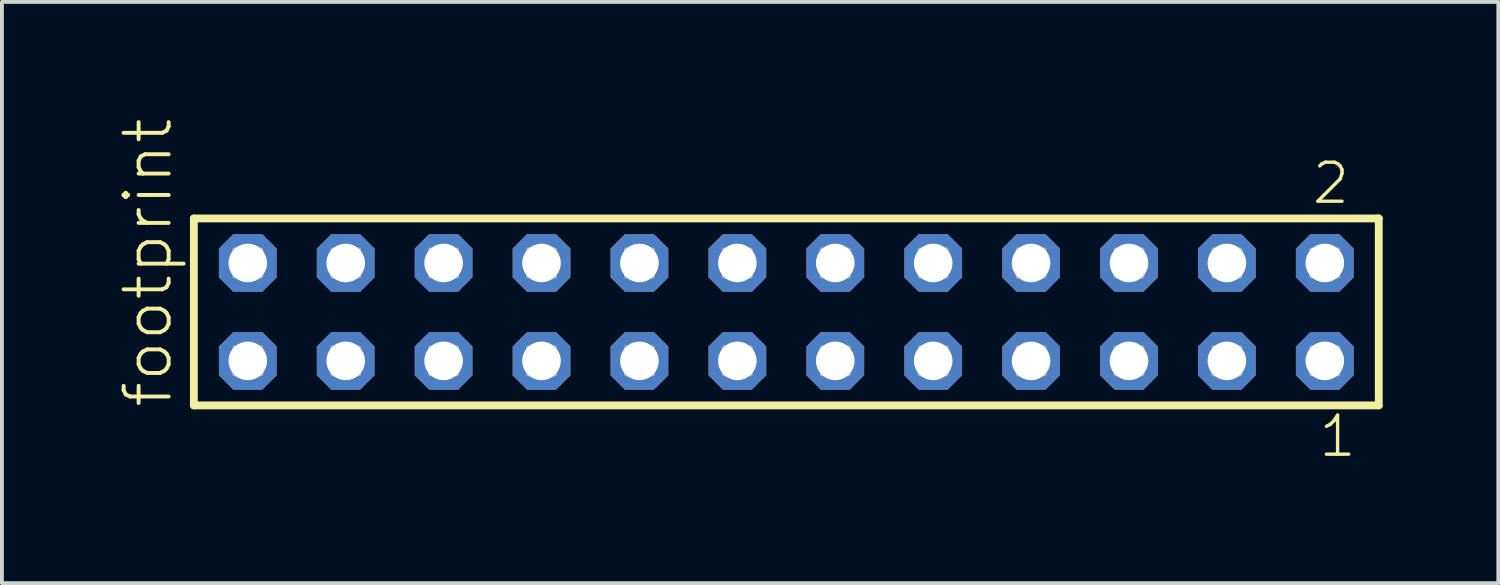
<source format=kicad_pcb>
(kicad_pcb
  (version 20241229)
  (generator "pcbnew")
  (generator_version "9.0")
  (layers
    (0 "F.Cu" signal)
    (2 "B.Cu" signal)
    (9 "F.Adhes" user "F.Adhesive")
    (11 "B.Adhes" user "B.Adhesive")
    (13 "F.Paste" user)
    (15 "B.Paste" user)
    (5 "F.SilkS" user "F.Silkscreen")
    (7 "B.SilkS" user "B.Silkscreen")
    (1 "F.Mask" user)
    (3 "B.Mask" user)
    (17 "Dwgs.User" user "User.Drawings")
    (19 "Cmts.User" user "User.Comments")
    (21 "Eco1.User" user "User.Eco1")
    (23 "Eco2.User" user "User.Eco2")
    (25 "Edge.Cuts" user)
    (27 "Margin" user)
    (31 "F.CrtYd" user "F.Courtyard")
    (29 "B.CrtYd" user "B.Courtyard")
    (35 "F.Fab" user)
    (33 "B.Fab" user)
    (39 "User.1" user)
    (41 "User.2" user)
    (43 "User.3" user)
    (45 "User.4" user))
  (footprint "footprint"
    (layer "F.Cu")
    (at 17.348 5.042)
    (property "Reference" "footprint" (at -15.875 2.54 90) (layer "F.SilkS") (effects (font (size 1.168 1.168) (thickness 0.102)) (justify left bottom)))
    (fp_line (start -15.369 -2.425) (end 15.369 -2.425) (stroke (width 0.203) (type solid)) (layer "F.SilkS"))
    (fp_line (start -15.369 2.425) (end -15.369 -2.425) (stroke (width 0.203) (type solid)) (layer "F.SilkS"))
    (fp_line (start 15.369 -2.425) (end 15.369 2.425) (stroke (width 0.203) (type solid)) (layer "F.SilkS"))
    (fp_line (start 15.369 2.425) (end -15.369 2.425) (stroke (width 0.203) (type solid)) (layer "F.SilkS"))
    (fp_poly (pts (xy -14.32 -0.92) (xy -13.62 -0.92) (xy -13.62 -1.62) (xy -14.32 -1.62)) (stroke (width 0.1) (type solid)) (fill no) (layer "F.Fab"))
    (fp_poly (pts (xy -14.32 1.62) (xy -13.62 1.62) (xy -13.62 0.92) (xy -14.32 0.92)) (stroke (width 0.1) (type solid)) (fill no) (layer "F.Fab"))
    (fp_poly (pts (xy -11.78 -0.92) (xy -11.08 -0.92) (xy -11.08 -1.62) (xy -11.78 -1.62)) (stroke (width 0.1) (type solid)) (fill no) (layer "F.Fab"))
    (fp_poly (pts (xy -11.78 1.62) (xy -11.08 1.62) (xy -11.08 0.92) (xy -11.78 0.92)) (stroke (width 0.1) (type solid)) (fill no) (layer "F.Fab"))
    (fp_poly (pts (xy -9.24 -0.92) (xy -8.54 -0.92) (xy -8.54 -1.62) (xy -9.24 -1.62)) (stroke (width 0.1) (type solid)) (fill no) (layer "F.Fab"))
    (fp_poly (pts (xy -9.24 1.62) (xy -8.54 1.62) (xy -8.54 0.92) (xy -9.24 0.92)) (stroke (width 0.1) (type solid)) (fill no) (layer "F.Fab"))
    (fp_poly (pts (xy -6.7 -0.92) (xy -6 -0.92) (xy -6 -1.62) (xy -6.7 -1.62)) (stroke (width 0.1) (type solid)) (fill no) (layer "F.Fab"))
    (fp_poly (pts (xy -6.7 1.62) (xy -6 1.62) (xy -6 0.92) (xy -6.7 0.92)) (stroke (width 0.1) (type solid)) (fill no) (layer "F.Fab"))
    (fp_poly (pts (xy -4.16 -0.92) (xy -3.46 -0.92) (xy -3.46 -1.62) (xy -4.16 -1.62)) (stroke (width 0.1) (type solid)) (fill no) (layer "F.Fab"))
    (fp_poly (pts (xy -4.16 1.62) (xy -3.46 1.62) (xy -3.46 0.92) (xy -4.16 0.92)) (stroke (width 0.1) (type solid)) (fill no) (layer "F.Fab"))
    (fp_poly (pts (xy -1.62 -0.92) (xy -0.92 -0.92) (xy -0.92 -1.62) (xy -1.62 -1.62)) (stroke (width 0.1) (type solid)) (fill no) (layer "F.Fab"))
    (fp_poly (pts (xy -1.62 1.62) (xy -0.92 1.62) (xy -0.92 0.92) (xy -1.62 0.92)) (stroke (width 0.1) (type solid)) (fill no) (layer "F.Fab"))
    (fp_poly (pts (xy 0.92 -0.92) (xy 1.62 -0.92) (xy 1.62 -1.62) (xy 0.92 -1.62)) (stroke (width 0.1) (type solid)) (fill no) (layer "F.Fab"))
    (fp_poly (pts (xy 0.92 1.62) (xy 1.62 1.62) (xy 1.62 0.92) (xy 0.92 0.92)) (stroke (width 0.1) (type solid)) (fill no) (layer "F.Fab"))
    (fp_poly (pts (xy 3.46 -0.92) (xy 4.16 -0.92) (xy 4.16 -1.62) (xy 3.46 -1.62)) (stroke (width 0.1) (type solid)) (fill no) (layer "F.Fab"))
    (fp_poly (pts (xy 3.46 1.62) (xy 4.16 1.62) (xy 4.16 0.92) (xy 3.46 0.92)) (stroke (width 0.1) (type solid)) (fill no) (layer "F.Fab"))
    (fp_poly (pts (xy 6 -0.92) (xy 6.7 -0.92) (xy 6.7 -1.62) (xy 6 -1.62)) (stroke (width 0.1) (type solid)) (fill no) (layer "F.Fab"))
    (fp_poly (pts (xy 6 1.62) (xy 6.7 1.62) (xy 6.7 0.92) (xy 6 0.92)) (stroke (width 0.1) (type solid)) (fill no) (layer "F.Fab"))
    (fp_poly (pts (xy 8.54 -0.92) (xy 9.24 -0.92) (xy 9.24 -1.62) (xy 8.54 -1.62)) (stroke (width 0.1) (type solid)) (fill no) (layer "F.Fab"))
    (fp_poly (pts (xy 8.54 1.62) (xy 9.24 1.62) (xy 9.24 0.92) (xy 8.54 0.92)) (stroke (width 0.1) (type solid)) (fill no) (layer "F.Fab"))
    (fp_poly (pts (xy 11.08 -0.92) (xy 11.78 -0.92) (xy 11.78 -1.62) (xy 11.08 -1.62)) (stroke (width 0.1) (type solid)) (fill no) (layer "F.Fab"))
    (fp_poly (pts (xy 11.08 1.62) (xy 11.78 1.62) (xy 11.78 0.92) (xy 11.08 0.92)) (stroke (width 0.1) (type solid)) (fill no) (layer "F.Fab"))
    (fp_poly (pts (xy 13.62 -0.92) (xy 14.32 -0.92) (xy 14.32 -1.62) (xy 13.62 -1.62)) (stroke (width 0.1) (type solid)) (fill no) (layer "F.Fab"))
    (fp_poly (pts (xy 13.62 1.62) (xy 14.32 1.62) (xy 14.32 0.92) (xy 13.62 0.92)) (stroke (width 0.1) (type solid)) (fill no) (layer "F.Fab"))
    (fp_text user "2" (at 13.587 -2.744 0) (layer "F.SilkS") (effects (font (size 1.012 1.012) (thickness 0.088)) (justify left bottom)))
    (fp_text user "1" (at 13.762 3.818 0) (layer "F.SilkS") (effects (font (size 1.012 1.012) (thickness 0.088)) (justify left bottom)))
    (pad "1" thru_hole roundrect (at 13.97 1.27 180) (size 1.5 1.5) (drill 1) (layers "*.Cu" "*.Mask") (roundrect_rratio 0.25) (chamfer_ratio 0.25) (chamfer top_left top_right bottom_left bottom_right))
    (pad "2" thru_hole roundrect (at 13.97 -1.27 180) (size 1.5 1.5) (drill 1) (layers "*.Cu" "*.Mask") (roundrect_rratio 0.25) (chamfer_ratio 0.25) (chamfer top_left top_right bottom_left bottom_right))
    (pad "3" thru_hole roundrect (at 11.43 1.27 180) (size 1.5 1.5) (drill 1) (layers "*.Cu" "*.Mask") (roundrect_rratio 0.25) (chamfer_ratio 0.25) (chamfer top_left top_right bottom_left bottom_right))
    (pad "4" thru_hole roundrect (at 11.43 -1.27 180) (size 1.5 1.5) (drill 1) (layers "*.Cu" "*.Mask") (roundrect_rratio 0.25) (chamfer_ratio 0.25) (chamfer top_left top_right bottom_left bottom_right))
    (pad "5" thru_hole roundrect (at 8.89 1.27 180) (size 1.5 1.5) (drill 1) (layers "*.Cu" "*.Mask") (roundrect_rratio 0.25) (chamfer_ratio 0.25) (chamfer top_left top_right bottom_left bottom_right))
    (pad "6" thru_hole roundrect (at 8.89 -1.27 180) (size 1.5 1.5) (drill 1) (layers "*.Cu" "*.Mask") (roundrect_rratio 0.25) (chamfer_ratio 0.25) (chamfer top_left top_right bottom_left bottom_right))
    (pad "7" thru_hole roundrect (at 6.35 1.27 180) (size 1.5 1.5) (drill 1) (layers "*.Cu" "*.Mask") (roundrect_rratio 0.25) (chamfer_ratio 0.25) (chamfer top_left top_right bottom_left bottom_right))
    (pad "8" thru_hole roundrect (at 6.35 -1.27 180) (size 1.5 1.5) (drill 1) (layers "*.Cu" "*.Mask") (roundrect_rratio 0.25) (chamfer_ratio 0.25) (chamfer top_left top_right bottom_left bottom_right))
    (pad "9" thru_hole roundrect (at 3.81 1.27 180) (size 1.5 1.5) (drill 1) (layers "*.Cu" "*.Mask") (roundrect_rratio 0.25) (chamfer_ratio 0.25) (chamfer top_left top_right bottom_left bottom_right))
    (pad "10" thru_hole roundrect (at 3.81 -1.27 180) (size 1.5 1.5) (drill 1) (layers "*.Cu" "*.Mask") (roundrect_rratio 0.25) (chamfer_ratio 0.25) (chamfer top_left top_right bottom_left bottom_right))
    (pad "11" thru_hole roundrect (at 1.27 1.27 180) (size 1.5 1.5) (drill 1) (layers "*.Cu" "*.Mask") (roundrect_rratio 0.25) (chamfer_ratio 0.25) (chamfer top_left top_right bottom_left bottom_right))
    (pad "12" thru_hole roundrect (at 1.27 -1.27 180) (size 1.5 1.5) (drill 1) (layers "*.Cu" "*.Mask") (roundrect_rratio 0.25) (chamfer_ratio 0.25) (chamfer top_left top_right bottom_left bottom_right))
    (pad "13" thru_hole roundrect (at -1.27 1.27 180) (size 1.5 1.5) (drill 1) (layers "*.Cu" "*.Mask") (roundrect_rratio 0.25) (chamfer_ratio 0.25) (chamfer top_left top_right bottom_left bottom_right))
    (pad "14" thru_hole roundrect (at -1.27 -1.27 180) (size 1.5 1.5) (drill 1) (layers "*.Cu" "*.Mask") (roundrect_rratio 0.25) (chamfer_ratio 0.25) (chamfer top_left top_right bottom_left bottom_right))
    (pad "15" thru_hole roundrect (at -3.81 1.27 180) (size 1.5 1.5) (drill 1) (layers "*.Cu" "*.Mask") (roundrect_rratio 0.25) (chamfer_ratio 0.25) (chamfer top_left top_right bottom_left bottom_right))
    (pad "16" thru_hole roundrect (at -3.81 -1.27 180) (size 1.5 1.5) (drill 1) (layers "*.Cu" "*.Mask") (roundrect_rratio 0.25) (chamfer_ratio 0.25) (chamfer top_left top_right bottom_left bottom_right))
    (pad "17" thru_hole roundrect (at -6.35 1.27 180) (size 1.5 1.5) (drill 1) (layers "*.Cu" "*.Mask") (roundrect_rratio 0.25) (chamfer_ratio 0.25) (chamfer top_left top_right bottom_left bottom_right))
    (pad "18" thru_hole roundrect (at -6.35 -1.27 180) (size 1.5 1.5) (drill 1) (layers "*.Cu" "*.Mask") (roundrect_rratio 0.25) (chamfer_ratio 0.25) (chamfer top_left top_right bottom_left bottom_right))
    (pad "19" thru_hole roundrect (at -8.89 1.27 180) (size 1.5 1.5) (drill 1) (layers "*.Cu" "*.Mask") (roundrect_rratio 0.25) (chamfer_ratio 0.25) (chamfer top_left top_right bottom_left bottom_right))
    (pad "20" thru_hole roundrect (at -8.89 -1.27 180) (size 1.5 1.5) (drill 1) (layers "*.Cu" "*.Mask") (roundrect_rratio 0.25) (chamfer_ratio 0.25) (chamfer top_left top_right bottom_left bottom_right))
    (pad "21" thru_hole roundrect (at -11.43 1.27 180) (size 1.5 1.5) (drill 1) (layers "*.Cu" "*.Mask") (roundrect_rratio 0.25) (chamfer_ratio 0.25) (chamfer top_left top_right bottom_left bottom_right))
    (pad "22" thru_hole roundrect (at -11.43 -1.27 180) (size 1.5 1.5) (drill 1) (layers "*.Cu" "*.Mask") (roundrect_rratio 0.25) (chamfer_ratio 0.25) (chamfer top_left top_right bottom_left bottom_right))
    (pad "23" thru_hole roundrect (at -13.97 1.27 180) (size 1.5 1.5) (drill 1) (layers "*.Cu" "*.Mask") (roundrect_rratio 0.25) (chamfer_ratio 0.25) (chamfer top_left top_right bottom_left bottom_right))
    (pad "24" thru_hole roundrect (at -13.97 -1.27 180) (size 1.5 1.5) (drill 1) (layers "*.Cu" "*.Mask") (roundrect_rratio 0.25) (chamfer_ratio 0.25) (chamfer top_left top_right bottom_left bottom_right)))
  (gr_rect
    (start -3 -3)
    (end 35.819 12.077)
    (stroke (width 0.1) (type default))
    (fill no)
    (layer "Edge.Cuts")))
</source>
